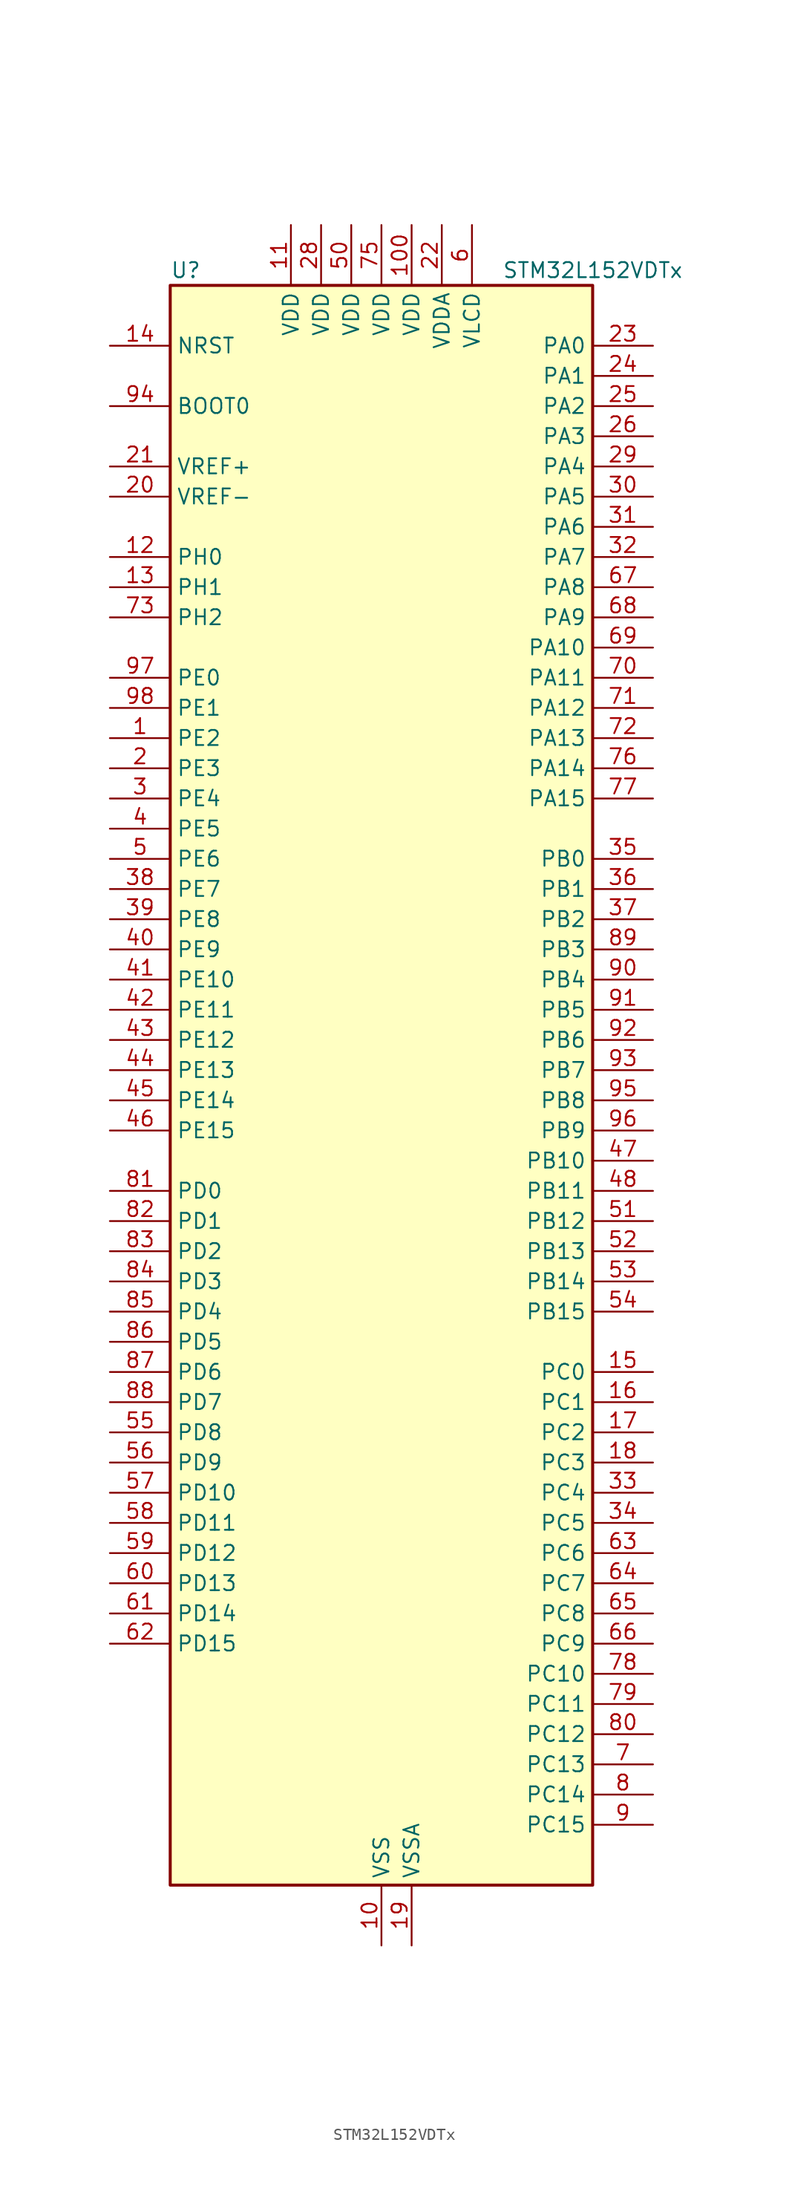
<source format=kicad_sym>
(kicad_symbol_lib
  (version 20241209)
  (generator "kicad_symbol_editor")
  (generator_version "9.0")
  (symbol "STM32L152VDTx"
    (property "Reference" "U"
      (at -17.78 69.85 0)
      (effects (font (size 1.27 1.27)) (justify left)))
    (property "Value" "STM32L152VDTx"
      (at 10.16 69.85 0)
      (effects (font (size 1.27 1.27)) (justify left)))
    (symbol "STM32L152VDTx_0_1"
      (rectangle (start -17.78 -66.04) (end 17.78 68.58) (stroke (width 0.254) (type default)) (fill (type background))))
    (symbol "STM32L152VDTx_1_1"
      (pin input line (at -22.86 63.5 0) (length 5.08) (name "NRST" (effects (font (size 1.27 1.27)))) (number "14" (effects (font (size 1.27 1.27)))))
      (pin input line (at -22.86 58.42 0) (length 5.08) (name "BOOT0" (effects (font (size 1.27 1.27)))) (number "94" (effects (font (size 1.27 1.27)))))
      (pin input line (at -22.86 53.34 0) (length 5.08) (name "VREF+" (effects (font (size 1.27 1.27)))) (number "21" (effects (font (size 1.27 1.27)))))
      (pin input line (at -22.86 50.8 0) (length 5.08) (name "VREF-" (effects (font (size 1.27 1.27)))) (number "20" (effects (font (size 1.27 1.27)))))
      (pin bidirectional line (at -22.86 45.72 0) (length 5.08) (name "PH0" (effects (font (size 1.27 1.27)))) (number "12" (effects (font (size 1.27 1.27)))) (alternate "RCC_OSC_IN" bidirectional line))
      (pin bidirectional line (at -22.86 43.18 0) (length 5.08) (name "PH1" (effects (font (size 1.27 1.27)))) (number "13" (effects (font (size 1.27 1.27)))) (alternate "RCC_OSC_OUT" bidirectional line))
      (pin bidirectional line (at -22.86 40.64 0) (length 5.08) (name "PH2" (effects (font (size 1.27 1.27)))) (number "73" (effects (font (size 1.27 1.27)))) (alternate "FSMC_A22" bidirectional line))
      (pin bidirectional line (at -22.86 35.56 0) (length 5.08) (name "PE0" (effects (font (size 1.27 1.27)))) (number "97" (effects (font (size 1.27 1.27)))) (alternate "FSMC_NBL0" bidirectional line) (alternate "LCD_SEG36" bidirectional line) (alternate "TIM10_CH1" bidirectional line) (alternate "TIM4_ETR" bidirectional line) (alternate "TIMX_IC1" bidirectional line))
      (pin bidirectional line (at -22.86 33.02 0) (length 5.08) (name "PE1" (effects (font (size 1.27 1.27)))) (number "98" (effects (font (size 1.27 1.27)))) (alternate "FSMC_NBL1" bidirectional line) (alternate "LCD_SEG37" bidirectional line) (alternate "TIM11_CH1" bidirectional line) (alternate "TIMX_IC2" bidirectional line))
      (pin bidirectional line (at -22.86 30.48 0) (length 5.08) (name "PE2" (effects (font (size 1.27 1.27)))) (number "1" (effects (font (size 1.27 1.27)))) (alternate "FSMC_A23" bidirectional line) (alternate "LCD_SEG38" bidirectional line) (alternate "SYS_TRACECK" bidirectional line) (alternate "TIM3_ETR" bidirectional line) (alternate "TIMX_IC3" bidirectional line))
      (pin bidirectional line (at -22.86 27.94 0) (length 5.08) (name "PE3" (effects (font (size 1.27 1.27)))) (number "2" (effects (font (size 1.27 1.27)))) (alternate "FSMC_A19" bidirectional line) (alternate "LCD_SEG39" bidirectional line) (alternate "SYS_TRACED0" bidirectional line) (alternate "TIM3_CH1" bidirectional line) (alternate "TIMX_IC4" bidirectional line))
      (pin bidirectional line (at -22.86 25.4 0) (length 5.08) (name "PE4" (effects (font (size 1.27 1.27)))) (number "3" (effects (font (size 1.27 1.27)))) (alternate "FSMC_A20" bidirectional line) (alternate "SYS_TRACED1" bidirectional line) (alternate "TIM3_CH2" bidirectional line) (alternate "TIMX_IC1" bidirectional line))
      (pin bidirectional line (at -22.86 22.86 0) (length 5.08) (name "PE5" (effects (font (size 1.27 1.27)))) (number "4" (effects (font (size 1.27 1.27)))) (alternate "FSMC_A21" bidirectional line) (alternate "SYS_TRACED2" bidirectional line) (alternate "TIM9_CH1" bidirectional line) (alternate "TIMX_IC2" bidirectional line))
      (pin bidirectional line (at -22.86 20.32 0) (length 5.08) (name "PE6" (effects (font (size 1.27 1.27)))) (number "5" (effects (font (size 1.27 1.27)))) (alternate "RTC_TAMP3" bidirectional line) (alternate "SYS_TRACED3" bidirectional line) (alternate "SYS_WKUP3" bidirectional line) (alternate "TIM9_CH2" bidirectional line) (alternate "TIMX_IC3" bidirectional line))
      (pin bidirectional line (at -22.86 17.78 0) (length 5.08) (name "PE7" (effects (font (size 1.27 1.27)))) (number "38" (effects (font (size 1.27 1.27)))) (alternate "ADC_IN22" bidirectional line) (alternate "COMP1_INP" bidirectional line) (alternate "FSMC_D4" bidirectional line) (alternate "FSMC_DA4" bidirectional line) (alternate "TIMX_IC4" bidirectional line))
      (pin bidirectional line (at -22.86 15.24 0) (length 5.08) (name "PE8" (effects (font (size 1.27 1.27)))) (number "39" (effects (font (size 1.27 1.27)))) (alternate "ADC_IN23" bidirectional line) (alternate "COMP1_INP" bidirectional line) (alternate "FSMC_D5" bidirectional line) (alternate "FSMC_DA5" bidirectional line) (alternate "TIMX_IC1" bidirectional line))
      (pin bidirectional line (at -22.86 12.7 0) (length 5.08) (name "PE9" (effects (font (size 1.27 1.27)))) (number "40" (effects (font (size 1.27 1.27)))) (alternate "ADC_IN24" bidirectional line) (alternate "COMP1_INP" bidirectional line) (alternate "DAC_EXTI9" bidirectional line) (alternate "FSMC_D6" bidirectional line) (alternate "FSMC_DA6" bidirectional line) (alternate "TIM2_CH1" bidirectional line) (alternate "TIM2_ETR" bidirectional line) (alternate "TIMX_IC2" bidirectional line))
      (pin bidirectional line (at -22.86 10.16 0) (length 5.08) (name "PE10" (effects (font (size 1.27 1.27)))) (number "41" (effects (font (size 1.27 1.27)))) (alternate "ADC_IN25" bidirectional line) (alternate "COMP1_INP" bidirectional line) (alternate "FSMC_D7" bidirectional line) (alternate "FSMC_DA7" bidirectional line) (alternate "TIM2_CH2" bidirectional line) (alternate "TIMX_IC3" bidirectional line))
      (pin bidirectional line (at -22.86 7.62 0) (length 5.08) (name "PE11" (effects (font (size 1.27 1.27)))) (number "42" (effects (font (size 1.27 1.27)))) (alternate "ADC_EXTI11" bidirectional line) (alternate "FSMC_D8" bidirectional line) (alternate "FSMC_DA8" bidirectional line) (alternate "TIM2_CH3" bidirectional line) (alternate "TIMX_IC4" bidirectional line))
      (pin bidirectional line (at -22.86 5.08 0) (length 5.08) (name "PE12" (effects (font (size 1.27 1.27)))) (number "43" (effects (font (size 1.27 1.27)))) (alternate "FSMC_D9" bidirectional line) (alternate "FSMC_DA9" bidirectional line) (alternate "SPI1_NSS" bidirectional line) (alternate "TIM2_CH4" bidirectional line) (alternate "TIMX_IC1" bidirectional line))
      (pin bidirectional line (at -22.86 2.54 0) (length 5.08) (name "PE13" (effects (font (size 1.27 1.27)))) (number "44" (effects (font (size 1.27 1.27)))) (alternate "FSMC_D10" bidirectional line) (alternate "FSMC_DA10" bidirectional line) (alternate "SPI1_SCK" bidirectional line) (alternate "TIMX_IC2" bidirectional line))
      (pin bidirectional line (at -22.86 0 0) (length 5.08) (name "PE14" (effects (font (size 1.27 1.27)))) (number "45" (effects (font (size 1.27 1.27)))) (alternate "FSMC_D11" bidirectional line) (alternate "FSMC_DA11" bidirectional line) (alternate "SPI1_MISO" bidirectional line) (alternate "TIMX_IC3" bidirectional line))
      (pin bidirectional line (at -22.86 -2.54 0) (length 5.08) (name "PE15" (effects (font (size 1.27 1.27)))) (number "46" (effects (font (size 1.27 1.27)))) (alternate "ADC_EXTI15" bidirectional line) (alternate "FSMC_D12" bidirectional line) (alternate "FSMC_DA12" bidirectional line) (alternate "SPI1_MOSI" bidirectional line) (alternate "TIMX_IC4" bidirectional line))
      (pin bidirectional line (at -22.86 -7.62 0) (length 5.08) (name "PD0" (effects (font (size 1.27 1.27)))) (number "81" (effects (font (size 1.27 1.27)))) (alternate "FSMC_D2" bidirectional line) (alternate "FSMC_DA2" bidirectional line) (alternate "I2S2_WS" bidirectional line) (alternate "SPI2_NSS" bidirectional line) (alternate "TIM9_CH1" bidirectional line) (alternate "TIMX_IC1" bidirectional line))
      (pin bidirectional line (at -22.86 -10.16 0) (length 5.08) (name "PD1" (effects (font (size 1.27 1.27)))) (number "82" (effects (font (size 1.27 1.27)))) (alternate "FSMC_D3" bidirectional line) (alternate "FSMC_DA3" bidirectional line) (alternate "I2S2_CK" bidirectional line) (alternate "SPI2_SCK" bidirectional line) (alternate "TIMX_IC2" bidirectional line))
      (pin bidirectional line (at -22.86 -12.7 0) (length 5.08) (name "PD2" (effects (font (size 1.27 1.27)))) (number "83" (effects (font (size 1.27 1.27)))) (alternate "LCD_COM7" bidirectional line) (alternate "LCD_SEG31" bidirectional line) (alternate "LCD_SEG43" bidirectional line) (alternate "SDIO_CMD" bidirectional line) (alternate "TIM3_ETR" bidirectional line) (alternate "TIMX_IC3" bidirectional line) (alternate "UART5_RX" bidirectional line))
      (pin bidirectional line (at -22.86 -15.24 0) (length 5.08) (name "PD3" (effects (font (size 1.27 1.27)))) (number "84" (effects (font (size 1.27 1.27)))) (alternate "FSMC_CLK" bidirectional line) (alternate "SPI2_MISO" bidirectional line) (alternate "TIMX_IC4" bidirectional line) (alternate "USART2_CTS" bidirectional line))
      (pin bidirectional line (at -22.86 -17.78 0) (length 5.08) (name "PD4" (effects (font (size 1.27 1.27)))) (number "85" (effects (font (size 1.27 1.27)))) (alternate "FSMC_NOE" bidirectional line) (alternate "I2S2_SD" bidirectional line) (alternate "SPI2_MOSI" bidirectional line) (alternate "TIMX_IC1" bidirectional line) (alternate "USART2_RTS" bidirectional line))
      (pin bidirectional line (at -22.86 -20.32 0) (length 5.08) (name "PD5" (effects (font (size 1.27 1.27)))) (number "86" (effects (font (size 1.27 1.27)))) (alternate "FSMC_NWE" bidirectional line) (alternate "TIMX_IC2" bidirectional line) (alternate "USART2_TX" bidirectional line))
      (pin bidirectional line (at -22.86 -22.86 0) (length 5.08) (name "PD6" (effects (font (size 1.27 1.27)))) (number "87" (effects (font (size 1.27 1.27)))) (alternate "FSMC_NWAIT" bidirectional line) (alternate "TIMX_IC3" bidirectional line) (alternate "USART2_RX" bidirectional line))
      (pin bidirectional line (at -22.86 -25.4 0) (length 5.08) (name "PD7" (effects (font (size 1.27 1.27)))) (number "88" (effects (font (size 1.27 1.27)))) (alternate "FSMC_NE1" bidirectional line) (alternate "TIM9_CH2" bidirectional line) (alternate "TIMX_IC4" bidirectional line) (alternate "USART2_CK" bidirectional line))
      (pin bidirectional line (at -22.86 -27.94 0) (length 5.08) (name "PD8" (effects (font (size 1.27 1.27)))) (number "55" (effects (font (size 1.27 1.27)))) (alternate "FSMC_D13" bidirectional line) (alternate "FSMC_DA13" bidirectional line) (alternate "LCD_SEG28" bidirectional line) (alternate "TIMX_IC1" bidirectional line) (alternate "USART3_TX" bidirectional line))
      (pin bidirectional line (at -22.86 -30.48 0) (length 5.08) (name "PD9" (effects (font (size 1.27 1.27)))) (number "56" (effects (font (size 1.27 1.27)))) (alternate "DAC_EXTI9" bidirectional line) (alternate "FSMC_D14" bidirectional line) (alternate "FSMC_DA14" bidirectional line) (alternate "LCD_SEG29" bidirectional line) (alternate "TIMX_IC2" bidirectional line) (alternate "USART3_RX" bidirectional line))
      (pin bidirectional line (at -22.86 -33.02 0) (length 5.08) (name "PD10" (effects (font (size 1.27 1.27)))) (number "57" (effects (font (size 1.27 1.27)))) (alternate "FSMC_D15" bidirectional line) (alternate "FSMC_DA15" bidirectional line) (alternate "LCD_SEG30" bidirectional line) (alternate "TIMX_IC3" bidirectional line) (alternate "USART3_CK" bidirectional line))
      (pin bidirectional line (at -22.86 -35.56 0) (length 5.08) (name "PD11" (effects (font (size 1.27 1.27)))) (number "58" (effects (font (size 1.27 1.27)))) (alternate "ADC_EXTI11" bidirectional line) (alternate "FSMC_A16" bidirectional line) (alternate "LCD_SEG31" bidirectional line) (alternate "TIMX_IC4" bidirectional line) (alternate "USART3_CTS" bidirectional line))
      (pin bidirectional line (at -22.86 -38.1 0) (length 5.08) (name "PD12" (effects (font (size 1.27 1.27)))) (number "59" (effects (font (size 1.27 1.27)))) (alternate "FSMC_A17" bidirectional line) (alternate "LCD_SEG32" bidirectional line) (alternate "TIM4_CH1" bidirectional line) (alternate "TIMX_IC1" bidirectional line) (alternate "USART3_RTS" bidirectional line))
      (pin bidirectional line (at -22.86 -40.64 0) (length 5.08) (name "PD13" (effects (font (size 1.27 1.27)))) (number "60" (effects (font (size 1.27 1.27)))) (alternate "FSMC_A18" bidirectional line) (alternate "LCD_SEG33" bidirectional line) (alternate "TIM4_CH2" bidirectional line) (alternate "TIMX_IC2" bidirectional line))
      (pin bidirectional line (at -22.86 -43.18 0) (length 5.08) (name "PD14" (effects (font (size 1.27 1.27)))) (number "61" (effects (font (size 1.27 1.27)))) (alternate "FSMC_D0" bidirectional line) (alternate "FSMC_DA0" bidirectional line) (alternate "LCD_SEG34" bidirectional line) (alternate "TIM4_CH3" bidirectional line) (alternate "TIMX_IC3" bidirectional line))
      (pin bidirectional line (at -22.86 -45.72 0) (length 5.08) (name "PD15" (effects (font (size 1.27 1.27)))) (number "62" (effects (font (size 1.27 1.27)))) (alternate "ADC_EXTI15" bidirectional line) (alternate "FSMC_D1" bidirectional line) (alternate "FSMC_DA1" bidirectional line) (alternate "LCD_SEG35" bidirectional line) (alternate "TIM4_CH4" bidirectional line) (alternate "TIMX_IC4" bidirectional line))
      (pin power_in line (at -7.62 73.66 270) (length 5.08) (name "VDD" (effects (font (size 1.27 1.27)))) (number "11" (effects (font (size 1.27 1.27)))))
      (pin power_in line (at -5.08 73.66 270) (length 5.08) (name "VDD" (effects (font (size 1.27 1.27)))) (number "28" (effects (font (size 1.27 1.27)))))
      (pin power_in line (at -2.54 73.66 270) (length 5.08) (name "VDD" (effects (font (size 1.27 1.27)))) (number "50" (effects (font (size 1.27 1.27)))))
      (pin power_in line (at 0 73.66 270) (length 5.08) (name "VDD" (effects (font (size 1.27 1.27)))) (number "75" (effects (font (size 1.27 1.27)))))
      (pin power_in line (at 0 -71.12 90) (length 5.08) (name "VSS" (effects (font (size 1.27 1.27)))) (number "10" (effects (font (size 1.27 1.27)))))
      (pin passive line (at 0 -71.12 90) (length 5.08) (hide yes) (name "VSS" (effects (font (size 1.27 1.27)))) (number "27" (effects (font (size 1.27 1.27)))))
      (pin passive line (at 0 -71.12 90) (length 5.08) (hide yes) (name "VSS" (effects (font (size 1.27 1.27)))) (number "49" (effects (font (size 1.27 1.27)))))
      (pin passive line (at 0 -71.12 90) (length 5.08) (hide yes) (name "VSS" (effects (font (size 1.27 1.27)))) (number "74" (effects (font (size 1.27 1.27)))))
      (pin passive line (at 0 -71.12 90) (length 5.08) (hide yes) (name "VSS" (effects (font (size 1.27 1.27)))) (number "99" (effects (font (size 1.27 1.27)))))
      (pin power_in line (at 2.54 73.66 270) (length 5.08) (name "VDD" (effects (font (size 1.27 1.27)))) (number "100" (effects (font (size 1.27 1.27)))))
      (pin power_in line (at 2.54 -71.12 90) (length 5.08) (name "VSSA" (effects (font (size 1.27 1.27)))) (number "19" (effects (font (size 1.27 1.27)))))
      (pin power_in line (at 5.08 73.66 270) (length 5.08) (name "VDDA" (effects (font (size 1.27 1.27)))) (number "22" (effects (font (size 1.27 1.27)))))
      (pin power_in line (at 7.62 73.66 270) (length 5.08) (name "VLCD" (effects (font (size 1.27 1.27)))) (number "6" (effects (font (size 1.27 1.27)))))
      (pin bidirectional line (at 22.86 63.5 180) (length 5.08) (name "PA0" (effects (font (size 1.27 1.27)))) (number "23" (effects (font (size 1.27 1.27)))) (alternate "ADC_IN0" bidirectional line) (alternate "COMP1_INP" bidirectional line) (alternate "RTC_TAMP2" bidirectional line) (alternate "SYS_WKUP1" bidirectional line) (alternate "TIM2_CH1" bidirectional line) (alternate "TIM2_ETR" bidirectional line) (alternate "TIM5_CH1" bidirectional line) (alternate "TIMX_IC1" bidirectional line) (alternate "TS_G1_IO1" bidirectional line) (alternate "USART2_CTS" bidirectional line))
      (pin bidirectional line (at 22.86 60.96 180) (length 5.08) (name "PA1" (effects (font (size 1.27 1.27)))) (number "24" (effects (font (size 1.27 1.27)))) (alternate "ADC_IN1" bidirectional line) (alternate "COMP1_INP" bidirectional line) (alternate "LCD_SEG0" bidirectional line) (alternate "OPAMP1_VINP" bidirectional line) (alternate "TIM2_CH2" bidirectional line) (alternate "TIM5_CH2" bidirectional line) (alternate "TIMX_IC2" bidirectional line) (alternate "TS_G1_IO2" bidirectional line) (alternate "USART2_RTS" bidirectional line))
      (pin bidirectional line (at 22.86 58.42 180) (length 5.08) (name "PA2" (effects (font (size 1.27 1.27)))) (number "25" (effects (font (size 1.27 1.27)))) (alternate "ADC_IN2" bidirectional line) (alternate "COMP1_INP" bidirectional line) (alternate "LCD_SEG1" bidirectional line) (alternate "OPAMP1_VINM" bidirectional line) (alternate "TIM2_CH3" bidirectional line) (alternate "TIM5_CH3" bidirectional line) (alternate "TIM9_CH1" bidirectional line) (alternate "TIMX_IC3" bidirectional line) (alternate "TS_G1_IO3" bidirectional line) (alternate "USART2_TX" bidirectional line))
      (pin bidirectional line (at 22.86 55.88 180) (length 5.08) (name "PA3" (effects (font (size 1.27 1.27)))) (number "26" (effects (font (size 1.27 1.27)))) (alternate "ADC_IN3" bidirectional line) (alternate "COMP1_INP" bidirectional line) (alternate "LCD_SEG2" bidirectional line) (alternate "OPAMP1_VOUT" bidirectional line) (alternate "TIM2_CH4" bidirectional line) (alternate "TIM5_CH4" bidirectional line) (alternate "TIM9_CH2" bidirectional line) (alternate "TIMX_IC4" bidirectional line) (alternate "TS_G1_IO4" bidirectional line) (alternate "USART2_RX" bidirectional line))
      (pin bidirectional line (at 22.86 53.34 180) (length 5.08) (name "PA4" (effects (font (size 1.27 1.27)))) (number "29" (effects (font (size 1.27 1.27)))) (alternate "ADC_IN4" bidirectional line) (alternate "COMP1_INP" bidirectional line) (alternate "DAC_OUT1" bidirectional line) (alternate "I2S3_WS" bidirectional line) (alternate "SPI1_NSS" bidirectional line) (alternate "SPI3_NSS" bidirectional line) (alternate "TIMX_IC1" bidirectional line) (alternate "USART2_CK" bidirectional line))
      (pin bidirectional line (at 22.86 50.8 180) (length 5.08) (name "PA5" (effects (font (size 1.27 1.27)))) (number "30" (effects (font (size 1.27 1.27)))) (alternate "ADC_IN5" bidirectional line) (alternate "COMP1_INP" bidirectional line) (alternate "DAC_OUT2" bidirectional line) (alternate "SPI1_SCK" bidirectional line) (alternate "TIM2_CH1" bidirectional line) (alternate "TIM2_ETR" bidirectional line) (alternate "TIMX_IC2" bidirectional line))
      (pin bidirectional line (at 22.86 48.26 180) (length 5.08) (name "PA6" (effects (font (size 1.27 1.27)))) (number "31" (effects (font (size 1.27 1.27)))) (alternate "ADC_IN6" bidirectional line) (alternate "COMP1_INP" bidirectional line) (alternate "LCD_SEG3" bidirectional line) (alternate "OPAMP2_VINP" bidirectional line) (alternate "SPI1_MISO" bidirectional line) (alternate "TIM10_CH1" bidirectional line) (alternate "TIM3_CH1" bidirectional line) (alternate "TIMX_IC3" bidirectional line) (alternate "TS_G2_IO1" bidirectional line))
      (pin bidirectional line (at 22.86 45.72 180) (length 5.08) (name "PA7" (effects (font (size 1.27 1.27)))) (number "32" (effects (font (size 1.27 1.27)))) (alternate "ADC_IN7" bidirectional line) (alternate "COMP1_INP" bidirectional line) (alternate "LCD_SEG4" bidirectional line) (alternate "OPAMP2_VINM" bidirectional line) (alternate "SPI1_MOSI" bidirectional line) (alternate "TIM11_CH1" bidirectional line) (alternate "TIM3_CH2" bidirectional line) (alternate "TIMX_IC4" bidirectional line) (alternate "TS_G2_IO2" bidirectional line))
      (pin bidirectional line (at 22.86 43.18 180) (length 5.08) (name "PA8" (effects (font (size 1.27 1.27)))) (number "67" (effects (font (size 1.27 1.27)))) (alternate "LCD_COM0" bidirectional line) (alternate "RCC_MCO" bidirectional line) (alternate "TIMX_IC1" bidirectional line) (alternate "TS_G4_IO1" bidirectional line) (alternate "USART1_CK" bidirectional line))
      (pin bidirectional line (at 22.86 40.64 180) (length 5.08) (name "PA9" (effects (font (size 1.27 1.27)))) (number "68" (effects (font (size 1.27 1.27)))) (alternate "DAC_EXTI9" bidirectional line) (alternate "LCD_COM1" bidirectional line) (alternate "TIMX_IC2" bidirectional line) (alternate "TS_G4_IO2" bidirectional line) (alternate "USART1_TX" bidirectional line))
      (pin bidirectional line (at 22.86 38.1 180) (length 5.08) (name "PA10" (effects (font (size 1.27 1.27)))) (number "69" (effects (font (size 1.27 1.27)))) (alternate "LCD_COM2" bidirectional line) (alternate "TIMX_IC3" bidirectional line) (alternate "TS_G4_IO3" bidirectional line) (alternate "USART1_RX" bidirectional line))
      (pin bidirectional line (at 22.86 35.56 180) (length 5.08) (name "PA11" (effects (font (size 1.27 1.27)))) (number "70" (effects (font (size 1.27 1.27)))) (alternate "ADC_EXTI11" bidirectional line) (alternate "SPI1_MISO" bidirectional line) (alternate "TIMX_IC4" bidirectional line) (alternate "USART1_CTS" bidirectional line) (alternate "USB_DM" bidirectional line))
      (pin bidirectional line (at 22.86 33.02 180) (length 5.08) (name "PA12" (effects (font (size 1.27 1.27)))) (number "71" (effects (font (size 1.27 1.27)))) (alternate "SPI1_MOSI" bidirectional line) (alternate "TIMX_IC1" bidirectional line) (alternate "USART1_RTS" bidirectional line) (alternate "USB_DP" bidirectional line))
      (pin bidirectional line (at 22.86 30.48 180) (length 5.08) (name "PA13" (effects (font (size 1.27 1.27)))) (number "72" (effects (font (size 1.27 1.27)))) (alternate "SYS_JTMS-SWDIO" bidirectional line) (alternate "TIMX_IC2" bidirectional line) (alternate "TS_G5_IO1" bidirectional line))
      (pin bidirectional line (at 22.86 27.94 180) (length 5.08) (name "PA14" (effects (font (size 1.27 1.27)))) (number "76" (effects (font (size 1.27 1.27)))) (alternate "SYS_JTCK-SWCLK" bidirectional line) (alternate "TIMX_IC3" bidirectional line) (alternate "TS_G5_IO2" bidirectional line))
      (pin bidirectional line (at 22.86 25.4 180) (length 5.08) (name "PA15" (effects (font (size 1.27 1.27)))) (number "77" (effects (font (size 1.27 1.27)))) (alternate "ADC_EXTI15" bidirectional line) (alternate "I2S3_WS" bidirectional line) (alternate "LCD_SEG17" bidirectional line) (alternate "SPI1_NSS" bidirectional line) (alternate "SPI3_NSS" bidirectional line) (alternate "SYS_JTDI" bidirectional line) (alternate "TIM2_CH1" bidirectional line) (alternate "TIM2_ETR" bidirectional line) (alternate "TIMX_IC4" bidirectional line) (alternate "TS_G5_IO3" bidirectional line))
      (pin bidirectional line (at 22.86 20.32 180) (length 5.08) (name "PB0" (effects (font (size 1.27 1.27)))) (number "35" (effects (font (size 1.27 1.27)))) (alternate "ADC_IN8" bidirectional line) (alternate "COMP1_INP" bidirectional line) (alternate "LCD_SEG5" bidirectional line) (alternate "OPAMP2_VOUT" bidirectional line) (alternate "SYS_V_REF_OUT" bidirectional line) (alternate "TIM3_CH3" bidirectional line) (alternate "TS_G3_IO1" bidirectional line))
      (pin bidirectional line (at 22.86 17.78 180) (length 5.08) (name "PB1" (effects (font (size 1.27 1.27)))) (number "36" (effects (font (size 1.27 1.27)))) (alternate "ADC_IN9" bidirectional line) (alternate "COMP1_INP" bidirectional line) (alternate "LCD_SEG6" bidirectional line) (alternate "SYS_V_REF_OUT" bidirectional line) (alternate "TIM3_CH4" bidirectional line) (alternate "TS_G3_IO2" bidirectional line))
      (pin bidirectional line (at 22.86 15.24 180) (length 5.08) (name "PB2" (effects (font (size 1.27 1.27)))) (number "37" (effects (font (size 1.27 1.27)))) (alternate "TS_G3_IO3" bidirectional line))
      (pin bidirectional line (at 22.86 12.7 180) (length 5.08) (name "PB3" (effects (font (size 1.27 1.27)))) (number "89" (effects (font (size 1.27 1.27)))) (alternate "COMP2_INM" bidirectional line) (alternate "I2S3_CK" bidirectional line) (alternate "LCD_SEG7" bidirectional line) (alternate "SPI1_SCK" bidirectional line) (alternate "SPI3_SCK" bidirectional line) (alternate "SYS_JTDO-TRACESWO" bidirectional line) (alternate "TIM2_CH2" bidirectional line))
      (pin bidirectional line (at 22.86 10.16 180) (length 5.08) (name "PB4" (effects (font (size 1.27 1.27)))) (number "90" (effects (font (size 1.27 1.27)))) (alternate "COMP2_INP" bidirectional line) (alternate "LCD_SEG8" bidirectional line) (alternate "SPI1_MISO" bidirectional line) (alternate "SPI3_MISO" bidirectional line) (alternate "SYS_JTRST" bidirectional line) (alternate "TIM3_CH1" bidirectional line) (alternate "TS_G6_IO1" bidirectional line))
      (pin bidirectional line (at 22.86 7.62 180) (length 5.08) (name "PB5" (effects (font (size 1.27 1.27)))) (number "91" (effects (font (size 1.27 1.27)))) (alternate "COMP2_INP" bidirectional line) (alternate "I2C1_SMBA" bidirectional line) (alternate "I2S3_SD" bidirectional line) (alternate "LCD_SEG9" bidirectional line) (alternate "SPI1_MOSI" bidirectional line) (alternate "SPI3_MOSI" bidirectional line) (alternate "TIM3_CH2" bidirectional line) (alternate "TS_G6_IO2" bidirectional line))
      (pin bidirectional line (at 22.86 5.08 180) (length 5.08) (name "PB6" (effects (font (size 1.27 1.27)))) (number "92" (effects (font (size 1.27 1.27)))) (alternate "COMP2_INP" bidirectional line) (alternate "I2C1_SCL" bidirectional line) (alternate "TIM4_CH1" bidirectional line) (alternate "TS_G6_IO3" bidirectional line) (alternate "USART1_TX" bidirectional line))
      (pin bidirectional line (at 22.86 2.54 180) (length 5.08) (name "PB7" (effects (font (size 1.27 1.27)))) (number "93" (effects (font (size 1.27 1.27)))) (alternate "COMP2_INP" bidirectional line) (alternate "FSMC_NL" bidirectional line) (alternate "I2C1_SDA" bidirectional line) (alternate "SYS_PVD_IN" bidirectional line) (alternate "TIM4_CH2" bidirectional line) (alternate "TS_G6_IO4" bidirectional line) (alternate "USART1_RX" bidirectional line))
      (pin bidirectional line (at 22.86 0 180) (length 5.08) (name "PB8" (effects (font (size 1.27 1.27)))) (number "95" (effects (font (size 1.27 1.27)))) (alternate "I2C1_SCL" bidirectional line) (alternate "LCD_SEG16" bidirectional line) (alternate "SDIO_D4" bidirectional line) (alternate "TIM10_CH1" bidirectional line) (alternate "TIM4_CH3" bidirectional line))
      (pin bidirectional line (at 22.86 -2.54 180) (length 5.08) (name "PB9" (effects (font (size 1.27 1.27)))) (number "96" (effects (font (size 1.27 1.27)))) (alternate "DAC_EXTI9" bidirectional line) (alternate "I2C1_SDA" bidirectional line) (alternate "LCD_COM3" bidirectional line) (alternate "SDIO_D5" bidirectional line) (alternate "TIM11_CH1" bidirectional line) (alternate "TIM4_CH4" bidirectional line))
      (pin bidirectional line (at 22.86 -5.08 180) (length 5.08) (name "PB10" (effects (font (size 1.27 1.27)))) (number "47" (effects (font (size 1.27 1.27)))) (alternate "I2C2_SCL" bidirectional line) (alternate "LCD_SEG10" bidirectional line) (alternate "TIM2_CH3" bidirectional line) (alternate "USART3_TX" bidirectional line))
      (pin bidirectional line (at 22.86 -7.62 180) (length 5.08) (name "PB11" (effects (font (size 1.27 1.27)))) (number "48" (effects (font (size 1.27 1.27)))) (alternate "ADC_EXTI11" bidirectional line) (alternate "I2C2_SDA" bidirectional line) (alternate "LCD_SEG11" bidirectional line) (alternate "TIM2_CH4" bidirectional line) (alternate "USART3_RX" bidirectional line))
      (pin bidirectional line (at 22.86 -10.16 180) (length 5.08) (name "PB12" (effects (font (size 1.27 1.27)))) (number "51" (effects (font (size 1.27 1.27)))) (alternate "ADC_IN18" bidirectional line) (alternate "COMP1_INP" bidirectional line) (alternate "I2C2_SMBA" bidirectional line) (alternate "I2S2_WS" bidirectional line) (alternate "LCD_SEG12" bidirectional line) (alternate "SPI2_NSS" bidirectional line) (alternate "TIM10_CH1" bidirectional line) (alternate "TS_G7_IO1" bidirectional line) (alternate "USART3_CK" bidirectional line))
      (pin bidirectional line (at 22.86 -12.7 180) (length 5.08) (name "PB13" (effects (font (size 1.27 1.27)))) (number "52" (effects (font (size 1.27 1.27)))) (alternate "ADC_IN19" bidirectional line) (alternate "COMP1_INP" bidirectional line) (alternate "I2S2_CK" bidirectional line) (alternate "LCD_SEG13" bidirectional line) (alternate "SPI2_SCK" bidirectional line) (alternate "TIM9_CH1" bidirectional line) (alternate "TS_G7_IO2" bidirectional line) (alternate "USART3_CTS" bidirectional line))
      (pin bidirectional line (at 22.86 -15.24 180) (length 5.08) (name "PB14" (effects (font (size 1.27 1.27)))) (number "53" (effects (font (size 1.27 1.27)))) (alternate "ADC_IN20" bidirectional line) (alternate "COMP1_INP" bidirectional line) (alternate "LCD_SEG14" bidirectional line) (alternate "SPI2_MISO" bidirectional line) (alternate "TIM9_CH2" bidirectional line) (alternate "TS_G7_IO3" bidirectional line) (alternate "USART3_RTS" bidirectional line))
      (pin bidirectional line (at 22.86 -17.78 180) (length 5.08) (name "PB15" (effects (font (size 1.27 1.27)))) (number "54" (effects (font (size 1.27 1.27)))) (alternate "ADC_EXTI15" bidirectional line) (alternate "ADC_IN21" bidirectional line) (alternate "COMP1_INP" bidirectional line) (alternate "I2S2_SD" bidirectional line) (alternate "LCD_SEG15" bidirectional line) (alternate "RTC_REFIN" bidirectional line) (alternate "SPI2_MOSI" bidirectional line) (alternate "TIM11_CH1" bidirectional line) (alternate "TS_G7_IO4" bidirectional line))
      (pin bidirectional line (at 22.86 -22.86 180) (length 5.08) (name "PC0" (effects (font (size 1.27 1.27)))) (number "15" (effects (font (size 1.27 1.27)))) (alternate "ADC_IN10" bidirectional line) (alternate "COMP1_INP" bidirectional line) (alternate "LCD_SEG18" bidirectional line) (alternate "TIMX_IC1" bidirectional line) (alternate "TS_G8_IO1" bidirectional line))
      (pin bidirectional line (at 22.86 -25.4 180) (length 5.08) (name "PC1" (effects (font (size 1.27 1.27)))) (number "16" (effects (font (size 1.27 1.27)))) (alternate "ADC_IN11" bidirectional line) (alternate "COMP1_INP" bidirectional line) (alternate "LCD_SEG19" bidirectional line) (alternate "OPAMP3_VINP" bidirectional line) (alternate "TIMX_IC2" bidirectional line) (alternate "TS_G8_IO2" bidirectional line))
      (pin bidirectional line (at 22.86 -27.94 180) (length 5.08) (name "PC2" (effects (font (size 1.27 1.27)))) (number "17" (effects (font (size 1.27 1.27)))) (alternate "ADC_IN12" bidirectional line) (alternate "COMP1_INP" bidirectional line) (alternate "LCD_SEG20" bidirectional line) (alternate "OPAMP3_VINM" bidirectional line) (alternate "TIMX_IC3" bidirectional line) (alternate "TS_G8_IO3" bidirectional line))
      (pin bidirectional line (at 22.86 -30.48 180) (length 5.08) (name "PC3" (effects (font (size 1.27 1.27)))) (number "18" (effects (font (size 1.27 1.27)))) (alternate "ADC_IN13" bidirectional line) (alternate "COMP1_INP" bidirectional line) (alternate "LCD_SEG21" bidirectional line) (alternate "OPAMP3_VOUT" bidirectional line) (alternate "TIMX_IC4" bidirectional line) (alternate "TS_G8_IO4" bidirectional line))
      (pin bidirectional line (at 22.86 -33.02 180) (length 5.08) (name "PC4" (effects (font (size 1.27 1.27)))) (number "33" (effects (font (size 1.27 1.27)))) (alternate "ADC_IN14" bidirectional line) (alternate "COMP1_INP" bidirectional line) (alternate "LCD_SEG22" bidirectional line) (alternate "TIMX_IC1" bidirectional line) (alternate "TS_G9_IO1" bidirectional line))
      (pin bidirectional line (at 22.86 -35.56 180) (length 5.08) (name "PC5" (effects (font (size 1.27 1.27)))) (number "34" (effects (font (size 1.27 1.27)))) (alternate "ADC_IN15" bidirectional line) (alternate "COMP1_INP" bidirectional line) (alternate "LCD_SEG23" bidirectional line) (alternate "TIMX_IC2" bidirectional line) (alternate "TS_G9_IO2" bidirectional line))
      (pin bidirectional line (at 22.86 -38.1 180) (length 5.08) (name "PC6" (effects (font (size 1.27 1.27)))) (number "63" (effects (font (size 1.27 1.27)))) (alternate "I2S2_MCK" bidirectional line) (alternate "LCD_SEG24" bidirectional line) (alternate "SDIO_D6" bidirectional line) (alternate "TIM3_CH1" bidirectional line) (alternate "TIMX_IC3" bidirectional line) (alternate "TS_G10_IO1" bidirectional line))
      (pin bidirectional line (at 22.86 -40.64 180) (length 5.08) (name "PC7" (effects (font (size 1.27 1.27)))) (number "64" (effects (font (size 1.27 1.27)))) (alternate "I2S3_MCK" bidirectional line) (alternate "LCD_SEG25" bidirectional line) (alternate "SDIO_D7" bidirectional line) (alternate "TIM3_CH2" bidirectional line) (alternate "TIMX_IC4" bidirectional line) (alternate "TS_G10_IO2" bidirectional line))
      (pin bidirectional line (at 22.86 -43.18 180) (length 5.08) (name "PC8" (effects (font (size 1.27 1.27)))) (number "65" (effects (font (size 1.27 1.27)))) (alternate "LCD_SEG26" bidirectional line) (alternate "SDIO_D0" bidirectional line) (alternate "TIM3_CH3" bidirectional line) (alternate "TIMX_IC1" bidirectional line) (alternate "TS_G10_IO3" bidirectional line))
      (pin bidirectional line (at 22.86 -45.72 180) (length 5.08) (name "PC9" (effects (font (size 1.27 1.27)))) (number "66" (effects (font (size 1.27 1.27)))) (alternate "DAC_EXTI9" bidirectional line) (alternate "LCD_SEG27" bidirectional line) (alternate "SDIO_D1" bidirectional line) (alternate "TIM3_CH4" bidirectional line) (alternate "TIMX_IC2" bidirectional line) (alternate "TS_G10_IO4" bidirectional line))
      (pin bidirectional line (at 22.86 -48.26 180) (length 5.08) (name "PC10" (effects (font (size 1.27 1.27)))) (number "78" (effects (font (size 1.27 1.27)))) (alternate "I2S3_CK" bidirectional line) (alternate "LCD_COM4" bidirectional line) (alternate "LCD_SEG28" bidirectional line) (alternate "LCD_SEG40" bidirectional line) (alternate "SDIO_D2" bidirectional line) (alternate "SPI3_SCK" bidirectional line) (alternate "TIMX_IC3" bidirectional line) (alternate "UART4_TX" bidirectional line) (alternate "USART3_TX" bidirectional line))
      (pin bidirectional line (at 22.86 -50.8 180) (length 5.08) (name "PC11" (effects (font (size 1.27 1.27)))) (number "79" (effects (font (size 1.27 1.27)))) (alternate "ADC_EXTI11" bidirectional line) (alternate "LCD_COM5" bidirectional line) (alternate "LCD_SEG29" bidirectional line) (alternate "LCD_SEG41" bidirectional line) (alternate "SDIO_D3" bidirectional line) (alternate "SPI3_MISO" bidirectional line) (alternate "TIMX_IC4" bidirectional line) (alternate "UART4_RX" bidirectional line) (alternate "USART3_RX" bidirectional line))
      (pin bidirectional line (at 22.86 -53.34 180) (length 5.08) (name "PC12" (effects (font (size 1.27 1.27)))) (number "80" (effects (font (size 1.27 1.27)))) (alternate "I2S3_SD" bidirectional line) (alternate "LCD_COM6" bidirectional line) (alternate "LCD_SEG30" bidirectional line) (alternate "LCD_SEG42" bidirectional line) (alternate "SDIO_CK" bidirectional line) (alternate "SPI3_MOSI" bidirectional line) (alternate "TIMX_IC1" bidirectional line) (alternate "UART5_TX" bidirectional line) (alternate "USART3_CK" bidirectional line))
      (pin bidirectional line (at 22.86 -55.88 180) (length 5.08) (name "PC13" (effects (font (size 1.27 1.27)))) (number "7" (effects (font (size 1.27 1.27)))) (alternate "RTC_OUT_ALARM" bidirectional line) (alternate "RTC_OUT_CALIB" bidirectional line) (alternate "RTC_TAMP1" bidirectional line) (alternate "RTC_TS" bidirectional line) (alternate "SYS_WKUP2" bidirectional line) (alternate "TIMX_IC2" bidirectional line))
      (pin bidirectional line (at 22.86 -58.42 180) (length 5.08) (name "PC14" (effects (font (size 1.27 1.27)))) (number "8" (effects (font (size 1.27 1.27)))) (alternate "RCC_OSC32_IN" bidirectional line) (alternate "TIMX_IC3" bidirectional line))
      (pin bidirectional line (at 22.86 -60.96 180) (length 5.08) (name "PC15" (effects (font (size 1.27 1.27)))) (number "9" (effects (font (size 1.27 1.27)))) (alternate "ADC_EXTI15" bidirectional line) (alternate "RCC_OSC32_OUT" bidirectional line) (alternate "TIMX_IC4" bidirectional line)))))
</source>
